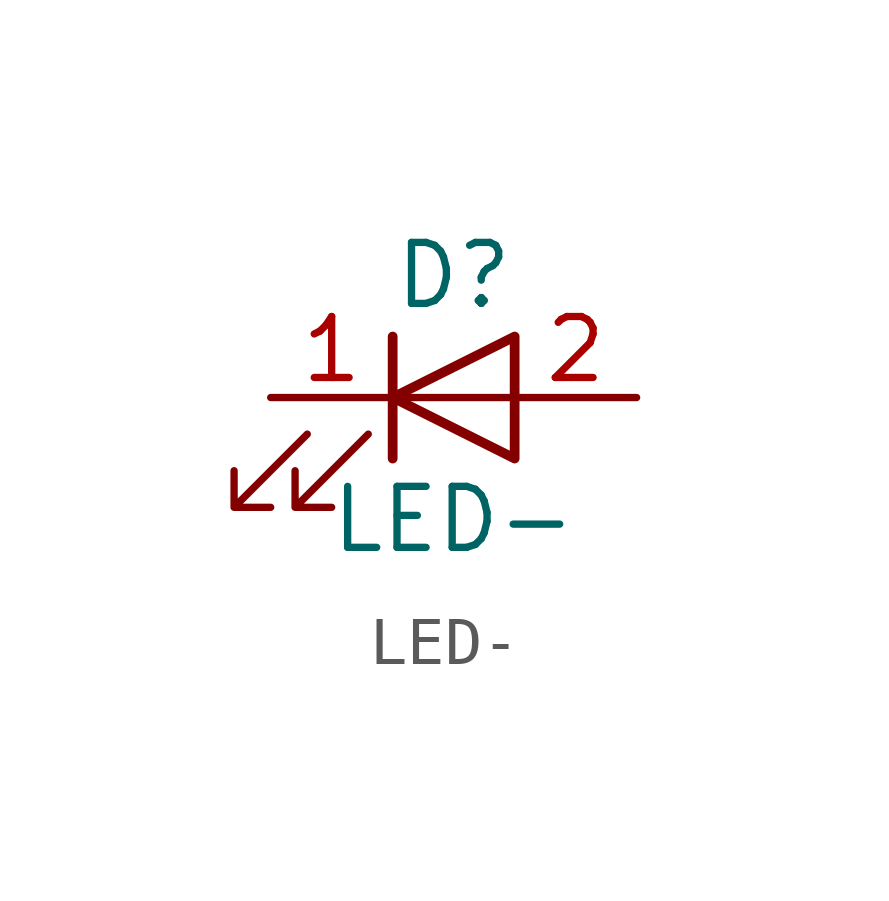
<source format=kicad_sym>
(kicad_symbol_lib
  (version 20231120)
  (generator "kicad_symbol_editor")
  (generator_version "8.0")
  (symbol "LED-"
    (pin_names
      (offset 1.016) hide)
    (property "Reference" "D"
      (at 0 2.54 0)
      (effects (font (size 1.27 1.27))))
    (property "Value" "LED-"
      (at 0 -2.54 0)
      (effects (font (size 1.27 1.27))))
    (symbol "LED-_0_1"
      (polyline (pts (xy -1.27 -1.27) (xy -1.27 1.27)) (stroke (width 0.203) (type solid)) (fill (type none)))
      (polyline (pts (xy -1.27 0) (xy 1.27 0)) (stroke (width 0) (type solid)) (fill (type none)))
      (polyline (pts (xy 1.27 -1.27) (xy 1.27 1.27) (xy -1.27 0) (xy 1.27 -1.27)) (stroke (width 0.203) (type solid)) (fill (type none)))
      (polyline (pts (xy -3.048 -0.762) (xy -4.572 -2.286) (xy -3.81 -2.286) (xy -4.572 -2.286) (xy -4.572 -1.524)) (stroke (width 0) (type solid)) (fill (type none)))
      (polyline (pts (xy -1.778 -0.762) (xy -3.302 -2.286) (xy -2.54 -2.286) (xy -3.302 -2.286) (xy -3.302 -1.524)) (stroke (width 0) (type solid)) (fill (type none))))
    (symbol "LED-_1_1"
      (pin passive line (at -3.81 0 0) (length 2.54) (name "K" (effects (font (size 1.27 1.27)))) (number "1" (effects (font (size 1.27 1.27)))))
      (pin passive line (at 3.81 0 180) (length 2.54) (name "A" (effects (font (size 1.27 1.27)))) (number "2" (effects (font (size 1.27 1.27))))))))
</source>
